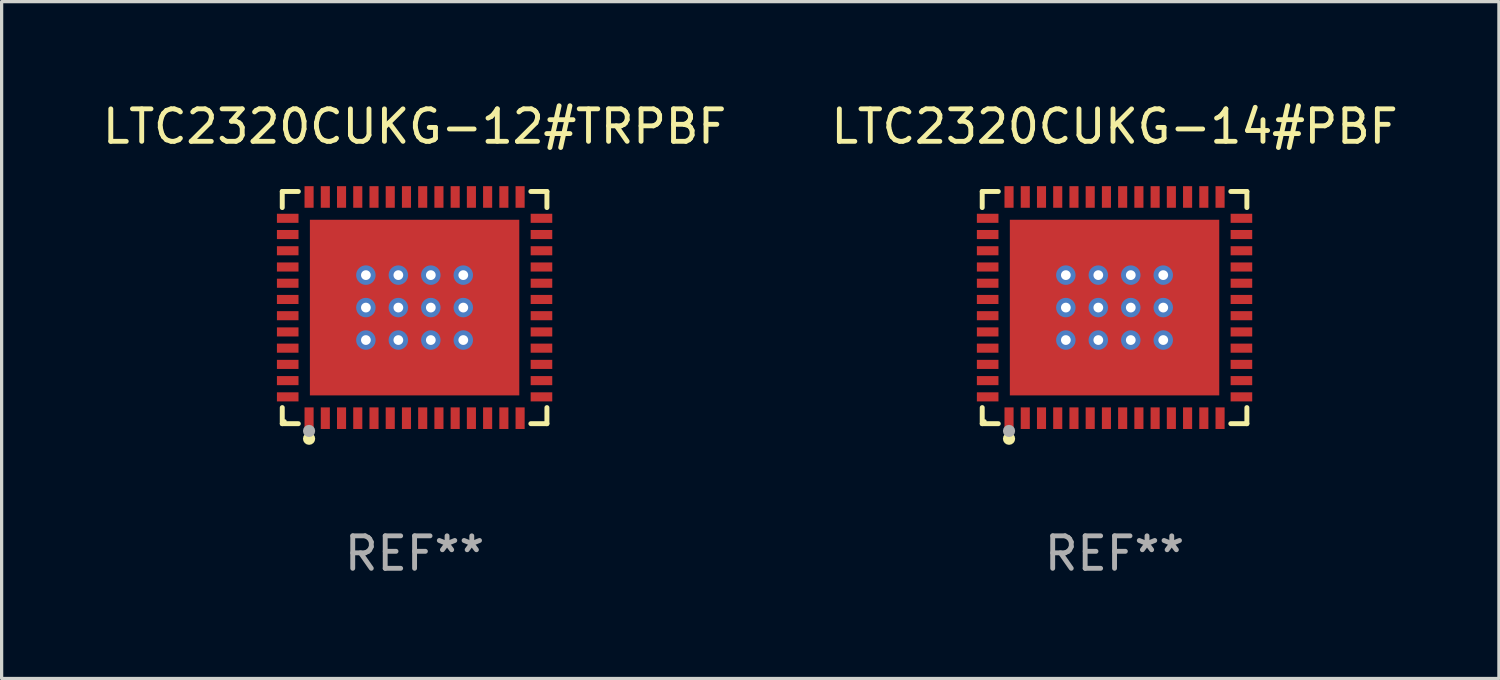
<source format=kicad_pcb>
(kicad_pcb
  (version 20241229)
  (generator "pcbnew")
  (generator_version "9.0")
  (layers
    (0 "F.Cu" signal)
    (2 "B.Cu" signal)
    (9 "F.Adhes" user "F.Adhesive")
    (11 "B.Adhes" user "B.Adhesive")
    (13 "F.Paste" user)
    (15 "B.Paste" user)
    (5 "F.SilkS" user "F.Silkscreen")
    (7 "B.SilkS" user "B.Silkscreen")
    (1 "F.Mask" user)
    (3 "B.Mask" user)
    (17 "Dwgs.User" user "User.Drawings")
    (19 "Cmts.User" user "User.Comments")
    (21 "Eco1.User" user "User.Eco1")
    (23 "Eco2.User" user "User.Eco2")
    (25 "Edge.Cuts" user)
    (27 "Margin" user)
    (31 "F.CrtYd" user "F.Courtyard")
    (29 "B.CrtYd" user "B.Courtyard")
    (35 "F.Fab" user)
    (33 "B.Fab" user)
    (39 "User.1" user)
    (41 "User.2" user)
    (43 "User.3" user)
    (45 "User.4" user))
  (footprint "LTC2320CUKG-12#TRPBF"
    (layer "F.Cu")
    (at 9.72 6.424)
    (property "Reference" "LTC2320CUKG-12#TRPBF" (at 0 -5.576 0) (layer "F.SilkS") (effects (font (size 1 1) (thickness 0.15))))
    (attr through_hole)
    (fp_line (start -4.076 -3.576) (end -3.581 -3.576) (stroke (width 0.152) (type solid)) (layer "F.SilkS"))
    (fp_line (start -4.076 -3.081) (end -4.076 -3.576) (stroke (width 0.152) (type solid)) (layer "F.SilkS"))
    (fp_line (start -4.076 3.081) (end -4.076 3.576) (stroke (width 0.152) (type solid)) (layer "F.SilkS"))
    (fp_line (start -4.076 3.576) (end -3.581 3.576) (stroke (width 0.152) (type solid)) (layer "F.SilkS"))
    (fp_line (start 4.076 -3.576) (end 3.581 -3.576) (stroke (width 0.152) (type solid)) (layer "F.SilkS"))
    (fp_line (start 4.076 -3.081) (end 4.076 -3.576) (stroke (width 0.152) (type solid)) (layer "F.SilkS"))
    (fp_line (start 4.076 3.081) (end 4.076 3.576) (stroke (width 0.152) (type solid)) (layer "F.SilkS"))
    (fp_line (start 4.076 3.576) (end 3.581 3.576) (stroke (width 0.152) (type solid)) (layer "F.SilkS"))
    (fp_circle (center -4 3.5) (end -3.97 3.5) (stroke (width 0.06) (type solid)) (fill no) (layer "F.SilkS"))
    (fp_circle (center -3.25 4.04) (end -3.156 4.04) (stroke (width 0.188) (type solid)) (fill no) (layer "F.SilkS"))
    (fp_circle (center -3.25 3.8) (end -3.156 3.8) (stroke (width 0.188) (type solid)) (fill no) (layer "F.Fab"))
    (fp_text user "REF**" (at 0 7.576 0) (layer "F.Fab") (effects (font (size 1 1) (thickness 0.15))))
    (pad "1" smd rect (at -3.25 3.407) (size 0.28 0.665) (layers "F.Cu" "F.Mask" "F.Paste"))
    (pad "2" smd rect (at -2.75 3.407) (size 0.28 0.665) (layers "F.Cu" "F.Mask" "F.Paste"))
    (pad "3" smd rect (at -2.25 3.407) (size 0.28 0.665) (layers "F.Cu" "F.Mask" "F.Paste"))
    (pad "4" smd rect (at -1.75 3.407) (size 0.28 0.665) (layers "F.Cu" "F.Mask" "F.Paste"))
    (pad "5" smd rect (at -1.25 3.407) (size 0.28 0.665) (layers "F.Cu" "F.Mask" "F.Paste"))
    (pad "6" smd rect (at -0.75 3.407) (size 0.28 0.665) (layers "F.Cu" "F.Mask" "F.Paste"))
    (pad "7" smd rect (at -0.25 3.407) (size 0.28 0.665) (layers "F.Cu" "F.Mask" "F.Paste"))
    (pad "8" smd rect (at 0.25 3.407) (size 0.28 0.665) (layers "F.Cu" "F.Mask" "F.Paste"))
    (pad "9" smd rect (at 0.75 3.407) (size 0.28 0.665) (layers "F.Cu" "F.Mask" "F.Paste"))
    (pad "10" smd rect (at 1.25 3.407) (size 0.28 0.665) (layers "F.Cu" "F.Mask" "F.Paste"))
    (pad "11" smd rect (at 1.75 3.407) (size 0.28 0.665) (layers "F.Cu" "F.Mask" "F.Paste"))
    (pad "12" smd rect (at 2.25 3.407) (size 0.28 0.665) (layers "F.Cu" "F.Mask" "F.Paste"))
    (pad "13" smd rect (at 2.75 3.407) (size 0.28 0.665) (layers "F.Cu" "F.Mask" "F.Paste"))
    (pad "14" smd rect (at 3.25 3.407) (size 0.28 0.665) (layers "F.Cu" "F.Mask" "F.Paste"))
    (pad "15" smd rect (at 3.908 2.75) (size 0.665 0.28) (layers "F.Cu" "F.Mask" "F.Paste"))
    (pad "16" smd rect (at 3.908 2.25) (size 0.665 0.28) (layers "F.Cu" "F.Mask" "F.Paste"))
    (pad "17" smd rect (at 3.908 1.75) (size 0.665 0.28) (layers "F.Cu" "F.Mask" "F.Paste"))
    (pad "18" smd rect (at 3.908 1.25) (size 0.665 0.28) (layers "F.Cu" "F.Mask" "F.Paste"))
    (pad "19" smd rect (at 3.908 0.75) (size 0.665 0.28) (layers "F.Cu" "F.Mask" "F.Paste"))
    (pad "20" smd rect (at 3.908 0.25) (size 0.665 0.28) (layers "F.Cu" "F.Mask" "F.Paste"))
    (pad "21" smd rect (at 3.908 -0.25) (size 0.665 0.28) (layers "F.Cu" "F.Mask" "F.Paste"))
    (pad "22" smd rect (at 3.908 -0.75) (size 0.665 0.28) (layers "F.Cu" "F.Mask" "F.Paste"))
    (pad "23" smd rect (at 3.908 -1.25) (size 0.665 0.28) (layers "F.Cu" "F.Mask" "F.Paste"))
    (pad "24" smd rect (at 3.908 -1.75) (size 0.665 0.28) (layers "F.Cu" "F.Mask" "F.Paste"))
    (pad "25" smd rect (at 3.908 -2.25) (size 0.665 0.28) (layers "F.Cu" "F.Mask" "F.Paste"))
    (pad "26" smd rect (at 3.908 -2.75) (size 0.665 0.28) (layers "F.Cu" "F.Mask" "F.Paste"))
    (pad "27" smd rect (at 3.25 -3.407) (size 0.28 0.665) (layers "F.Cu" "F.Mask" "F.Paste"))
    (pad "28" smd rect (at 2.75 -3.407) (size 0.28 0.665) (layers "F.Cu" "F.Mask" "F.Paste"))
    (pad "29" smd rect (at 2.25 -3.407) (size 0.28 0.665) (layers "F.Cu" "F.Mask" "F.Paste"))
    (pad "30" smd rect (at 1.75 -3.407) (size 0.28 0.665) (layers "F.Cu" "F.Mask" "F.Paste"))
    (pad "31" smd rect (at 1.25 -3.407) (size 0.28 0.665) (layers "F.Cu" "F.Mask" "F.Paste"))
    (pad "32" smd rect (at 0.75 -3.407) (size 0.28 0.665) (layers "F.Cu" "F.Mask" "F.Paste"))
    (pad "33" smd rect (at 0.25 -3.407) (size 0.28 0.665) (layers "F.Cu" "F.Mask" "F.Paste"))
    (pad "34" smd rect (at -0.25 -3.407) (size 0.28 0.665) (layers "F.Cu" "F.Mask" "F.Paste"))
    (pad "35" smd rect (at -0.75 -3.407) (size 0.28 0.665) (layers "F.Cu" "F.Mask" "F.Paste"))
    (pad "36" smd rect (at -1.25 -3.407) (size 0.28 0.665) (layers "F.Cu" "F.Mask" "F.Paste"))
    (pad "37" smd rect (at -1.75 -3.407) (size 0.28 0.665) (layers "F.Cu" "F.Mask" "F.Paste"))
    (pad "38" smd rect (at -2.25 -3.407) (size 0.28 0.665) (layers "F.Cu" "F.Mask" "F.Paste"))
    (pad "39" smd rect (at -2.75 -3.407) (size 0.28 0.665) (layers "F.Cu" "F.Mask" "F.Paste"))
    (pad "40" smd rect (at -3.25 -3.407) (size 0.28 0.665) (layers "F.Cu" "F.Mask" "F.Paste"))
    (pad "41" smd rect (at -3.908 -2.75) (size 0.665 0.28) (layers "F.Cu" "F.Mask" "F.Paste"))
    (pad "42" smd rect (at -3.908 -2.25) (size 0.665 0.28) (layers "F.Cu" "F.Mask" "F.Paste"))
    (pad "43" smd rect (at -3.908 -1.75) (size 0.665 0.28) (layers "F.Cu" "F.Mask" "F.Paste"))
    (pad "44" smd rect (at -3.908 -1.25) (size 0.665 0.28) (layers "F.Cu" "F.Mask" "F.Paste"))
    (pad "45" smd rect (at -3.908 -0.75) (size 0.665 0.28) (layers "F.Cu" "F.Mask" "F.Paste"))
    (pad "46" smd rect (at -3.908 -0.25) (size 0.665 0.28) (layers "F.Cu" "F.Mask" "F.Paste"))
    (pad "47" smd rect (at -3.908 0.25) (size 0.665 0.28) (layers "F.Cu" "F.Mask" "F.Paste"))
    (pad "48" smd rect (at -3.908 0.75) (size 0.665 0.28) (layers "F.Cu" "F.Mask" "F.Paste"))
    (pad "49" smd rect (at -3.908 1.25) (size 0.665 0.28) (layers "F.Cu" "F.Mask" "F.Paste"))
    (pad "50" smd rect (at -3.908 1.75) (size 0.665 0.28) (layers "F.Cu" "F.Mask" "F.Paste"))
    (pad "51" smd rect (at -3.908 2.25) (size 0.665 0.28) (layers "F.Cu" "F.Mask" "F.Paste"))
    (pad "52" smd rect (at -3.908 2.75) (size 0.665 0.28) (layers "F.Cu" "F.Mask" "F.Paste"))
    (pad "53" thru_hole circle (at -1.5 -1) (size 0.6 0.6) (drill 0.3) (layers "*.Cu" "*.Mask"))
    (pad "53" thru_hole circle (at -1.5 0) (size 0.6 0.6) (drill 0.3) (layers "*.Cu" "*.Mask"))
    (pad "53" thru_hole circle (at -1.5 1) (size 0.6 0.6) (drill 0.3) (layers "*.Cu" "*.Mask"))
    (pad "53" thru_hole circle (at -0.5 -1) (size 0.6 0.6) (drill 0.3) (layers "*.Cu" "*.Mask"))
    (pad "53" thru_hole circle (at -0.5 0) (size 0.6 0.6) (drill 0.3) (layers "*.Cu" "*.Mask"))
    (pad "53" thru_hole circle (at -0.5 1) (size 0.6 0.6) (drill 0.3) (layers "*.Cu" "*.Mask"))
    (pad "53" smd rect (at 0 0) (size 6.45 5.41) (layers "F.Cu" "F.Mask" "F.Paste"))
    (pad "53" thru_hole circle (at 0.5 -1) (size 0.6 0.6) (drill 0.3) (layers "*.Cu" "*.Mask"))
    (pad "53" thru_hole circle (at 0.5 0) (size 0.6 0.6) (drill 0.3) (layers "*.Cu" "*.Mask"))
    (pad "53" thru_hole circle (at 0.5 1) (size 0.6 0.6) (drill 0.3) (layers "*.Cu" "*.Mask"))
    (pad "53" thru_hole circle (at 1.5 -1) (size 0.6 0.6) (drill 0.3) (layers "*.Cu" "*.Mask"))
    (pad "53" thru_hole circle (at 1.5 0) (size 0.6 0.6) (drill 0.3) (layers "*.Cu" "*.Mask"))
    (pad "53" thru_hole circle (at 1.5 1) (size 0.6 0.6) (drill 0.3) (layers "*.Cu" "*.Mask")))
  (footprint "LTC2320CUKG-14#PBF"
    (layer "F.Cu")
    (at 31.28 6.424)
    (property "Reference" "LTC2320CUKG-14#PBF" (at 0 -5.576 0) (layer "F.SilkS") (effects (font (size 1 1) (thickness 0.15))))
    (attr through_hole)
    (fp_line (start -4.076 -3.576) (end -3.581 -3.576) (stroke (width 0.152) (type solid)) (layer "F.SilkS"))
    (fp_line (start -4.076 -3.081) (end -4.076 -3.576) (stroke (width 0.152) (type solid)) (layer "F.SilkS"))
    (fp_line (start -4.076 3.081) (end -4.076 3.576) (stroke (width 0.152) (type solid)) (layer "F.SilkS"))
    (fp_line (start -4.076 3.576) (end -3.581 3.576) (stroke (width 0.152) (type solid)) (layer "F.SilkS"))
    (fp_line (start 4.076 -3.576) (end 3.581 -3.576) (stroke (width 0.152) (type solid)) (layer "F.SilkS"))
    (fp_line (start 4.076 -3.081) (end 4.076 -3.576) (stroke (width 0.152) (type solid)) (layer "F.SilkS"))
    (fp_line (start 4.076 3.081) (end 4.076 3.576) (stroke (width 0.152) (type solid)) (layer "F.SilkS"))
    (fp_line (start 4.076 3.576) (end 3.581 3.576) (stroke (width 0.152) (type solid)) (layer "F.SilkS"))
    (fp_circle (center -4 3.5) (end -3.97 3.5) (stroke (width 0.06) (type solid)) (fill no) (layer "F.SilkS"))
    (fp_circle (center -3.25 4.04) (end -3.156 4.04) (stroke (width 0.188) (type solid)) (fill no) (layer "F.SilkS"))
    (fp_circle (center -3.25 3.8) (end -3.156 3.8) (stroke (width 0.188) (type solid)) (fill no) (layer "F.Fab"))
    (fp_text user "REF**" (at 0 7.576 0) (layer "F.Fab") (effects (font (size 1 1) (thickness 0.15))))
    (pad "1" smd rect (at -3.25 3.407) (size 0.28 0.665) (layers "F.Cu" "F.Mask" "F.Paste"))
    (pad "2" smd rect (at -2.75 3.407) (size 0.28 0.665) (layers "F.Cu" "F.Mask" "F.Paste"))
    (pad "3" smd rect (at -2.25 3.407) (size 0.28 0.665) (layers "F.Cu" "F.Mask" "F.Paste"))
    (pad "4" smd rect (at -1.75 3.407) (size 0.28 0.665) (layers "F.Cu" "F.Mask" "F.Paste"))
    (pad "5" smd rect (at -1.25 3.407) (size 0.28 0.665) (layers "F.Cu" "F.Mask" "F.Paste"))
    (pad "6" smd rect (at -0.75 3.407) (size 0.28 0.665) (layers "F.Cu" "F.Mask" "F.Paste"))
    (pad "7" smd rect (at -0.25 3.407) (size 0.28 0.665) (layers "F.Cu" "F.Mask" "F.Paste"))
    (pad "8" smd rect (at 0.25 3.407) (size 0.28 0.665) (layers "F.Cu" "F.Mask" "F.Paste"))
    (pad "9" smd rect (at 0.75 3.407) (size 0.28 0.665) (layers "F.Cu" "F.Mask" "F.Paste"))
    (pad "10" smd rect (at 1.25 3.407) (size 0.28 0.665) (layers "F.Cu" "F.Mask" "F.Paste"))
    (pad "11" smd rect (at 1.75 3.407) (size 0.28 0.665) (layers "F.Cu" "F.Mask" "F.Paste"))
    (pad "12" smd rect (at 2.25 3.407) (size 0.28 0.665) (layers "F.Cu" "F.Mask" "F.Paste"))
    (pad "13" smd rect (at 2.75 3.407) (size 0.28 0.665) (layers "F.Cu" "F.Mask" "F.Paste"))
    (pad "14" smd rect (at 3.25 3.407) (size 0.28 0.665) (layers "F.Cu" "F.Mask" "F.Paste"))
    (pad "15" smd rect (at 3.908 2.75) (size 0.665 0.28) (layers "F.Cu" "F.Mask" "F.Paste"))
    (pad "16" smd rect (at 3.908 2.25) (size 0.665 0.28) (layers "F.Cu" "F.Mask" "F.Paste"))
    (pad "17" smd rect (at 3.908 1.75) (size 0.665 0.28) (layers "F.Cu" "F.Mask" "F.Paste"))
    (pad "18" smd rect (at 3.908 1.25) (size 0.665 0.28) (layers "F.Cu" "F.Mask" "F.Paste"))
    (pad "19" smd rect (at 3.908 0.75) (size 0.665 0.28) (layers "F.Cu" "F.Mask" "F.Paste"))
    (pad "20" smd rect (at 3.908 0.25) (size 0.665 0.28) (layers "F.Cu" "F.Mask" "F.Paste"))
    (pad "21" smd rect (at 3.908 -0.25) (size 0.665 0.28) (layers "F.Cu" "F.Mask" "F.Paste"))
    (pad "22" smd rect (at 3.908 -0.75) (size 0.665 0.28) (layers "F.Cu" "F.Mask" "F.Paste"))
    (pad "23" smd rect (at 3.908 -1.25) (size 0.665 0.28) (layers "F.Cu" "F.Mask" "F.Paste"))
    (pad "24" smd rect (at 3.908 -1.75) (size 0.665 0.28) (layers "F.Cu" "F.Mask" "F.Paste"))
    (pad "25" smd rect (at 3.908 -2.25) (size 0.665 0.28) (layers "F.Cu" "F.Mask" "F.Paste"))
    (pad "26" smd rect (at 3.908 -2.75) (size 0.665 0.28) (layers "F.Cu" "F.Mask" "F.Paste"))
    (pad "27" smd rect (at 3.25 -3.407) (size 0.28 0.665) (layers "F.Cu" "F.Mask" "F.Paste"))
    (pad "28" smd rect (at 2.75 -3.407) (size 0.28 0.665) (layers "F.Cu" "F.Mask" "F.Paste"))
    (pad "29" smd rect (at 2.25 -3.407) (size 0.28 0.665) (layers "F.Cu" "F.Mask" "F.Paste"))
    (pad "30" smd rect (at 1.75 -3.407) (size 0.28 0.665) (layers "F.Cu" "F.Mask" "F.Paste"))
    (pad "31" smd rect (at 1.25 -3.407) (size 0.28 0.665) (layers "F.Cu" "F.Mask" "F.Paste"))
    (pad "32" smd rect (at 0.75 -3.407) (size 0.28 0.665) (layers "F.Cu" "F.Mask" "F.Paste"))
    (pad "33" smd rect (at 0.25 -3.407) (size 0.28 0.665) (layers "F.Cu" "F.Mask" "F.Paste"))
    (pad "34" smd rect (at -0.25 -3.407) (size 0.28 0.665) (layers "F.Cu" "F.Mask" "F.Paste"))
    (pad "35" smd rect (at -0.75 -3.407) (size 0.28 0.665) (layers "F.Cu" "F.Mask" "F.Paste"))
    (pad "36" smd rect (at -1.25 -3.407) (size 0.28 0.665) (layers "F.Cu" "F.Mask" "F.Paste"))
    (pad "37" smd rect (at -1.75 -3.407) (size 0.28 0.665) (layers "F.Cu" "F.Mask" "F.Paste"))
    (pad "38" smd rect (at -2.25 -3.407) (size 0.28 0.665) (layers "F.Cu" "F.Mask" "F.Paste"))
    (pad "39" smd rect (at -2.75 -3.407) (size 0.28 0.665) (layers "F.Cu" "F.Mask" "F.Paste"))
    (pad "40" smd rect (at -3.25 -3.407) (size 0.28 0.665) (layers "F.Cu" "F.Mask" "F.Paste"))
    (pad "41" smd rect (at -3.908 -2.75) (size 0.665 0.28) (layers "F.Cu" "F.Mask" "F.Paste"))
    (pad "42" smd rect (at -3.908 -2.25) (size 0.665 0.28) (layers "F.Cu" "F.Mask" "F.Paste"))
    (pad "43" smd rect (at -3.908 -1.75) (size 0.665 0.28) (layers "F.Cu" "F.Mask" "F.Paste"))
    (pad "44" smd rect (at -3.908 -1.25) (size 0.665 0.28) (layers "F.Cu" "F.Mask" "F.Paste"))
    (pad "45" smd rect (at -3.908 -0.75) (size 0.665 0.28) (layers "F.Cu" "F.Mask" "F.Paste"))
    (pad "46" smd rect (at -3.908 -0.25) (size 0.665 0.28) (layers "F.Cu" "F.Mask" "F.Paste"))
    (pad "47" smd rect (at -3.908 0.25) (size 0.665 0.28) (layers "F.Cu" "F.Mask" "F.Paste"))
    (pad "48" smd rect (at -3.908 0.75) (size 0.665 0.28) (layers "F.Cu" "F.Mask" "F.Paste"))
    (pad "49" smd rect (at -3.908 1.25) (size 0.665 0.28) (layers "F.Cu" "F.Mask" "F.Paste"))
    (pad "50" smd rect (at -3.908 1.75) (size 0.665 0.28) (layers "F.Cu" "F.Mask" "F.Paste"))
    (pad "51" smd rect (at -3.908 2.25) (size 0.665 0.28) (layers "F.Cu" "F.Mask" "F.Paste"))
    (pad "52" smd rect (at -3.908 2.75) (size 0.665 0.28) (layers "F.Cu" "F.Mask" "F.Paste"))
    (pad "53" thru_hole circle (at -1.5 -1) (size 0.6 0.6) (drill 0.3) (layers "*.Cu" "*.Mask"))
    (pad "53" thru_hole circle (at -1.5 0) (size 0.6 0.6) (drill 0.3) (layers "*.Cu" "*.Mask"))
    (pad "53" thru_hole circle (at -1.5 1) (size 0.6 0.6) (drill 0.3) (layers "*.Cu" "*.Mask"))
    (pad "53" thru_hole circle (at -0.5 -1) (size 0.6 0.6) (drill 0.3) (layers "*.Cu" "*.Mask"))
    (pad "53" thru_hole circle (at -0.5 0) (size 0.6 0.6) (drill 0.3) (layers "*.Cu" "*.Mask"))
    (pad "53" thru_hole circle (at -0.5 1) (size 0.6 0.6) (drill 0.3) (layers "*.Cu" "*.Mask"))
    (pad "53" smd rect (at 0 0) (size 6.45 5.41) (layers "F.Cu" "F.Mask" "F.Paste"))
    (pad "53" thru_hole circle (at 0.5 -1) (size 0.6 0.6) (drill 0.3) (layers "*.Cu" "*.Mask"))
    (pad "53" thru_hole circle (at 0.5 0) (size 0.6 0.6) (drill 0.3) (layers "*.Cu" "*.Mask"))
    (pad "53" thru_hole circle (at 0.5 1) (size 0.6 0.6) (drill 0.3) (layers "*.Cu" "*.Mask"))
    (pad "53" thru_hole circle (at 1.5 -1) (size 0.6 0.6) (drill 0.3) (layers "*.Cu" "*.Mask"))
    (pad "53" thru_hole circle (at 1.5 0) (size 0.6 0.6) (drill 0.3) (layers "*.Cu" "*.Mask"))
    (pad "53" thru_hole circle (at 1.5 1) (size 0.6 0.6) (drill 0.3) (layers "*.Cu" "*.Mask")))
  (gr_rect
    (start -3 -3)
    (end 43.119 17.849)
    (stroke (width 0.1) (type default))
    (fill no)
    (layer "Edge.Cuts")))
</source>
